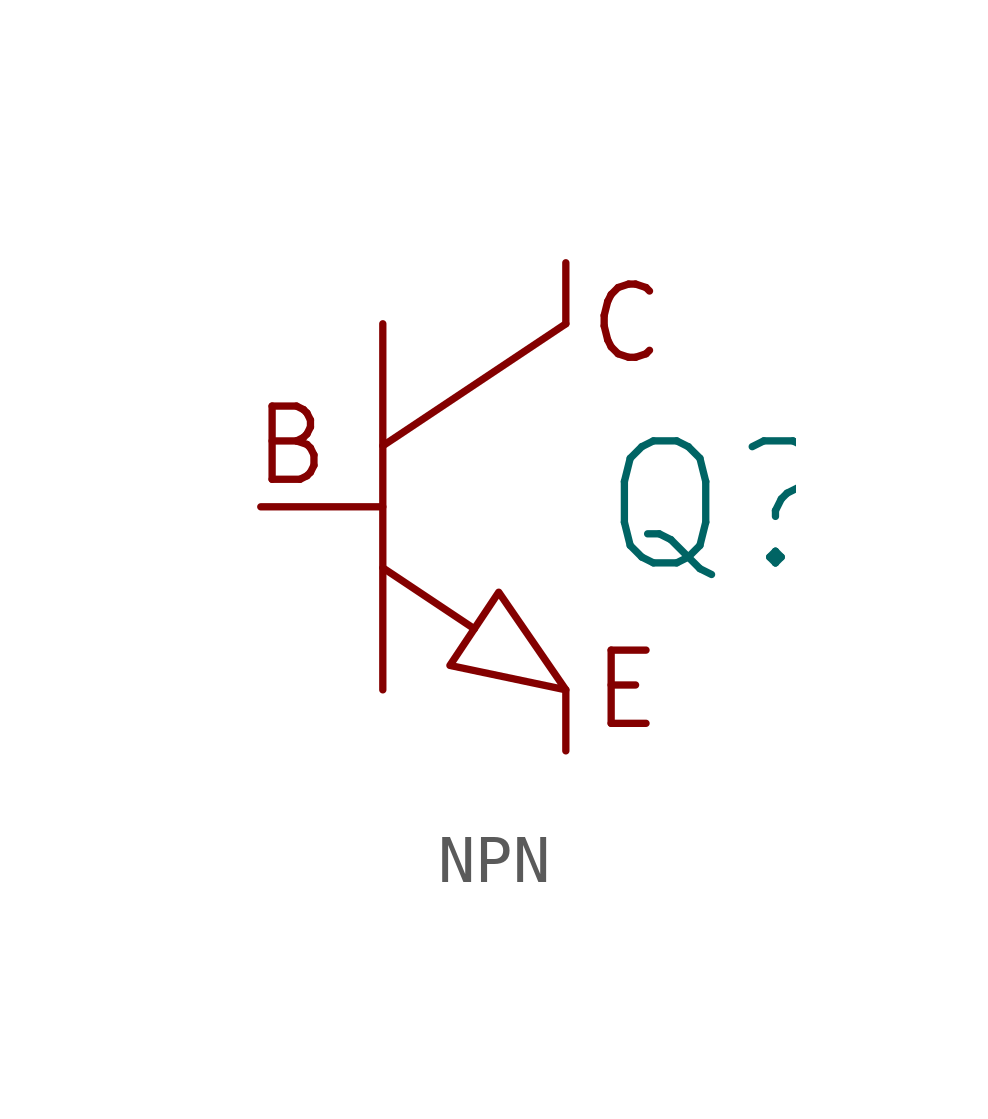
<source format=kicad_sym>
(kicad_symbol_lib
  (version 20220914)
  (generator kicad_symbol_editor)
  (symbol "NPN"
    (pin_names
      (offset 1.016))
    (property "Reference" "Q"
      (at 6.985 -5.08 0)
      (effects (font (size 2.54 2.54)) (justify left)))
    (symbol "NPN_0_0"
      (polyline (pts (xy 4.445 -7.62) (xy 2.54 -6.35)) (stroke (width 0) (type default)) (fill (type none)))
      (text "C" (at 7.62 -1.27 0) (effects (font (size 1.524 1.524))))
      (text "E" (at 7.62 -8.89 0) (effects (font (size 1.524 1.524)))))
    (symbol "NPN_0_1"
      (polyline (pts (xy 2.54 -3.81) (xy 6.35 -1.27)) (stroke (width 0) (type default)) (fill (type none)))
      (polyline (pts (xy 2.54 -1.27) (xy 2.54 -8.89)) (stroke (width 0) (type default)) (fill (type none)))
      (polyline (pts (xy 4.953 -6.858) (xy 3.937 -8.382) (xy 6.35 -8.89) (xy 4.953 -6.858)) (stroke (width 0) (type default)) (fill (type none))))
    (symbol "NPN_1_0"
      (text "B" (at 0.635 -3.81 0) (effects (font (size 1.524 1.524)))))
    (symbol "NPN_1_1"
      (pin input line (at 0 -5.08 0) (length 2.54) (name "" (effects (font (size 1.27 1.27)))) (number "" (effects (font (size 1.143 1.143)))))
      (pin input line (at 6.35 -10.16 90) (length 1.27) (name "" (effects (font (size 1.27 1.27)))) (number "" (effects (font (size 1.143 1.143)))))
      (pin input line (at 6.35 0 270) (length 1.27) (name "" (effects (font (size 1.27 1.27)))) (number "" (effects (font (size 1.143 1.143))))))))
</source>
